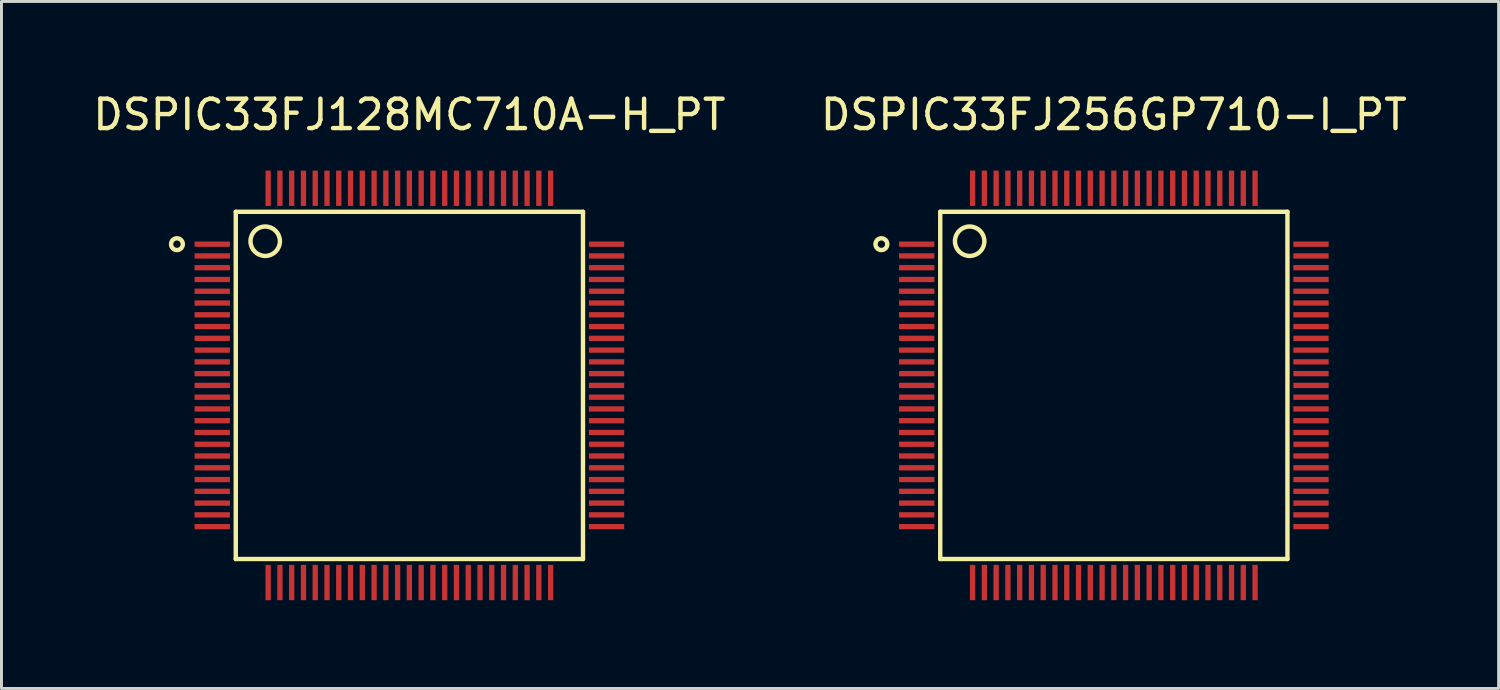
<source format=kicad_pcb>
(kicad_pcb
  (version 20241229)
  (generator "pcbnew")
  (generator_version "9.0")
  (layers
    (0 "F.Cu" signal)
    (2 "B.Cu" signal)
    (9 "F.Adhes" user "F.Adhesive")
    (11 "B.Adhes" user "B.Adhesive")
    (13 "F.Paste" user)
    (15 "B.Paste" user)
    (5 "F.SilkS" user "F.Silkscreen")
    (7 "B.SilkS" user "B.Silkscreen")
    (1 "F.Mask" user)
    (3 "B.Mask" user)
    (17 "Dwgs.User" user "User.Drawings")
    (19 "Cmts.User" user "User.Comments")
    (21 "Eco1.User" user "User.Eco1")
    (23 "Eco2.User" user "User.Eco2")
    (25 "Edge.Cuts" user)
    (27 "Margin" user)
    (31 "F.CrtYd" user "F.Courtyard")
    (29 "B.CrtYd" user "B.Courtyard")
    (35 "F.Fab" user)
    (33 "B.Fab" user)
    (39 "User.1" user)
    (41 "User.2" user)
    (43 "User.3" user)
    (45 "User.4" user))
  (footprint "DSPIC33FJ128MC710A-H_PT"
    (layer "F.Cu")
    (at 4.163 3.348)
    (property "Reference" "DSPIC33FJ128MC710A-H_PT" (at 6.7 -2.5 0) (layer "F.SilkS") (effects (font (size 1 1) (thickness 0.15))))
    (attr through_hole)
    (fp_line (start 0.8 0.8) (end 0.8 12.6) (stroke (width 0.15) (type solid)) (layer "F.SilkS"))
    (fp_line (start 0.8 0.8) (end 12.6 0.8) (stroke (width 0.15) (type solid)) (layer "F.SilkS"))
    (fp_line (start 0.8 12.6) (end 12.6 12.6) (stroke (width 0.15) (type solid)) (layer "F.SilkS"))
    (fp_line (start 12.6 12.6) (end 12.6 0.8) (stroke (width 0.15) (type solid)) (layer "F.SilkS"))
    (fp_circle (center -1.2 1.9) (end -1.2 1.7) (stroke (width 0.15) (type solid)) (fill no) (layer "F.SilkS"))
    (fp_circle (center 1.8 1.8) (end 1.8 1.3) (stroke (width 0.15) (type solid)) (fill no) (layer "F.SilkS"))
    (pad "1" smd rect (at 0 1.9) (size 1.2 0.18) (layers "F.Cu" "F.Mask" "F.Paste"))
    (pad "2" smd rect (at 0 2.3) (size 1.2 0.18) (layers "F.Cu" "F.Mask" "F.Paste"))
    (pad "3" smd rect (at 0 2.7) (size 1.2 0.18) (layers "F.Cu" "F.Mask" "F.Paste"))
    (pad "4" smd rect (at 0 3.1) (size 1.2 0.18) (layers "F.Cu" "F.Mask" "F.Paste"))
    (pad "5" smd rect (at 0 3.5) (size 1.2 0.18) (layers "F.Cu" "F.Mask" "F.Paste"))
    (pad "6" smd rect (at 0 3.9) (size 1.2 0.18) (layers "F.Cu" "F.Mask" "F.Paste"))
    (pad "7" smd rect (at 0 4.3) (size 1.2 0.18) (layers "F.Cu" "F.Mask" "F.Paste"))
    (pad "8" smd rect (at 0 4.7) (size 1.2 0.18) (layers "F.Cu" "F.Mask" "F.Paste"))
    (pad "9" smd rect (at 0 5.1) (size 1.2 0.18) (layers "F.Cu" "F.Mask" "F.Paste"))
    (pad "10" smd rect (at 0 5.5) (size 1.2 0.18) (layers "F.Cu" "F.Mask" "F.Paste"))
    (pad "11" smd rect (at 0 5.9) (size 1.2 0.18) (layers "F.Cu" "F.Mask" "F.Paste"))
    (pad "12" smd rect (at 0 6.3) (size 1.2 0.18) (layers "F.Cu" "F.Mask" "F.Paste"))
    (pad "13" smd rect (at 0 6.7) (size 1.2 0.18) (layers "F.Cu" "F.Mask" "F.Paste"))
    (pad "14" smd rect (at 0 7.1) (size 1.2 0.18) (layers "F.Cu" "F.Mask" "F.Paste"))
    (pad "15" smd rect (at 0 7.5) (size 1.2 0.18) (layers "F.Cu" "F.Mask" "F.Paste"))
    (pad "16" smd rect (at 0 7.9) (size 1.2 0.18) (layers "F.Cu" "F.Mask" "F.Paste"))
    (pad "17" smd rect (at 0 8.3) (size 1.2 0.18) (layers "F.Cu" "F.Mask" "F.Paste"))
    (pad "18" smd rect (at 0 8.7) (size 1.2 0.18) (layers "F.Cu" "F.Mask" "F.Paste"))
    (pad "19" smd rect (at 0 9.1) (size 1.2 0.18) (layers "F.Cu" "F.Mask" "F.Paste"))
    (pad "20" smd rect (at 0 9.5) (size 1.2 0.18) (layers "F.Cu" "F.Mask" "F.Paste"))
    (pad "21" smd rect (at 0 9.9) (size 1.2 0.18) (layers "F.Cu" "F.Mask" "F.Paste"))
    (pad "22" smd rect (at 0 10.3) (size 1.2 0.18) (layers "F.Cu" "F.Mask" "F.Paste"))
    (pad "23" smd rect (at 0 10.7) (size 1.2 0.18) (layers "F.Cu" "F.Mask" "F.Paste"))
    (pad "24" smd rect (at 0 11.1) (size 1.2 0.18) (layers "F.Cu" "F.Mask" "F.Paste"))
    (pad "25" smd rect (at 0 11.5) (size 1.2 0.18) (layers "F.Cu" "F.Mask" "F.Paste"))
    (pad "26" smd rect (at 1.9 13.4) (size 0.18 1.2) (layers "F.Cu" "F.Mask" "F.Paste"))
    (pad "27" smd rect (at 2.3 13.4) (size 0.18 1.2) (layers "F.Cu" "F.Mask" "F.Paste"))
    (pad "28" smd rect (at 2.7 13.4) (size 0.18 1.2) (layers "F.Cu" "F.Mask" "F.Paste"))
    (pad "29" smd rect (at 3.1 13.4) (size 0.18 1.2) (layers "F.Cu" "F.Mask" "F.Paste"))
    (pad "30" smd rect (at 3.5 13.4) (size 0.18 1.2) (layers "F.Cu" "F.Mask" "F.Paste"))
    (pad "31" smd rect (at 3.9 13.4) (size 0.18 1.2) (layers "F.Cu" "F.Mask" "F.Paste"))
    (pad "32" smd rect (at 4.3 13.4) (size 0.18 1.2) (layers "F.Cu" "F.Mask" "F.Paste"))
    (pad "33" smd rect (at 4.7 13.4) (size 0.18 1.2) (layers "F.Cu" "F.Mask" "F.Paste"))
    (pad "34" smd rect (at 5.1 13.4) (size 0.18 1.2) (layers "F.Cu" "F.Mask" "F.Paste"))
    (pad "35" smd rect (at 5.5 13.4) (size 0.18 1.2) (layers "F.Cu" "F.Mask" "F.Paste"))
    (pad "36" smd rect (at 5.9 13.4) (size 0.18 1.2) (layers "F.Cu" "F.Mask" "F.Paste"))
    (pad "37" smd rect (at 6.3 13.4) (size 0.18 1.2) (layers "F.Cu" "F.Mask" "F.Paste"))
    (pad "38" smd rect (at 6.7 13.4) (size 0.18 1.2) (layers "F.Cu" "F.Mask" "F.Paste"))
    (pad "39" smd rect (at 7.1 13.4) (size 0.18 1.2) (layers "F.Cu" "F.Mask" "F.Paste"))
    (pad "40" smd rect (at 7.5 13.4) (size 0.18 1.2) (layers "F.Cu" "F.Mask" "F.Paste"))
    (pad "41" smd rect (at 7.9 13.4) (size 0.18 1.2) (layers "F.Cu" "F.Mask" "F.Paste"))
    (pad "42" smd rect (at 8.3 13.4) (size 0.18 1.2) (layers "F.Cu" "F.Mask" "F.Paste"))
    (pad "43" smd rect (at 8.7 13.4) (size 0.18 1.2) (layers "F.Cu" "F.Mask" "F.Paste"))
    (pad "44" smd rect (at 9.1 13.4) (size 0.18 1.2) (layers "F.Cu" "F.Mask" "F.Paste"))
    (pad "45" smd rect (at 9.5 13.4) (size 0.18 1.2) (layers "F.Cu" "F.Mask" "F.Paste"))
    (pad "46" smd rect (at 9.9 13.4) (size 0.18 1.2) (layers "F.Cu" "F.Mask" "F.Paste"))
    (pad "47" smd rect (at 10.3 13.4) (size 0.18 1.2) (layers "F.Cu" "F.Mask" "F.Paste"))
    (pad "48" smd rect (at 10.7 13.4) (size 0.18 1.2) (layers "F.Cu" "F.Mask" "F.Paste"))
    (pad "49" smd rect (at 11.1 13.4) (size 0.18 1.2) (layers "F.Cu" "F.Mask" "F.Paste"))
    (pad "50" smd rect (at 11.5 13.4) (size 0.18 1.2) (layers "F.Cu" "F.Mask" "F.Paste"))
    (pad "51" smd rect (at 13.4 11.5) (size 1.2 0.18) (layers "F.Cu" "F.Mask" "F.Paste"))
    (pad "52" smd rect (at 13.4 11.1) (size 1.2 0.18) (layers "F.Cu" "F.Mask" "F.Paste"))
    (pad "53" smd rect (at 13.4 10.7) (size 1.2 0.18) (layers "F.Cu" "F.Mask" "F.Paste"))
    (pad "54" smd rect (at 13.4 10.3) (size 1.2 0.18) (layers "F.Cu" "F.Mask" "F.Paste"))
    (pad "55" smd rect (at 13.4 9.9) (size 1.2 0.18) (layers "F.Cu" "F.Mask" "F.Paste"))
    (pad "56" smd rect (at 13.4 9.5) (size 1.2 0.18) (layers "F.Cu" "F.Mask" "F.Paste"))
    (pad "57" smd rect (at 13.4 9.1) (size 1.2 0.18) (layers "F.Cu" "F.Mask" "F.Paste"))
    (pad "58" smd rect (at 13.4 8.7) (size 1.2 0.18) (layers "F.Cu" "F.Mask" "F.Paste"))
    (pad "59" smd rect (at 13.4 8.3) (size 1.2 0.18) (layers "F.Cu" "F.Mask" "F.Paste"))
    (pad "60" smd rect (at 13.4 7.9) (size 1.2 0.18) (layers "F.Cu" "F.Mask" "F.Paste"))
    (pad "61" smd rect (at 13.4 7.5) (size 1.2 0.18) (layers "F.Cu" "F.Mask" "F.Paste"))
    (pad "62" smd rect (at 13.4 7.1) (size 1.2 0.18) (layers "F.Cu" "F.Mask" "F.Paste"))
    (pad "63" smd rect (at 13.4 6.7) (size 1.2 0.18) (layers "F.Cu" "F.Mask" "F.Paste"))
    (pad "64" smd rect (at 13.4 6.3) (size 1.2 0.18) (layers "F.Cu" "F.Mask" "F.Paste"))
    (pad "65" smd rect (at 13.4 5.9) (size 1.2 0.18) (layers "F.Cu" "F.Mask" "F.Paste"))
    (pad "66" smd rect (at 13.4 5.5) (size 1.2 0.18) (layers "F.Cu" "F.Mask" "F.Paste"))
    (pad "67" smd rect (at 13.4 5.1) (size 1.2 0.18) (layers "F.Cu" "F.Mask" "F.Paste"))
    (pad "68" smd rect (at 13.4 4.7) (size 1.2 0.18) (layers "F.Cu" "F.Mask" "F.Paste"))
    (pad "69" smd rect (at 13.4 4.3) (size 1.2 0.18) (layers "F.Cu" "F.Mask" "F.Paste"))
    (pad "70" smd rect (at 13.4 3.9) (size 1.2 0.18) (layers "F.Cu" "F.Mask" "F.Paste"))
    (pad "71" smd rect (at 13.4 3.5) (size 1.2 0.18) (layers "F.Cu" "F.Mask" "F.Paste"))
    (pad "72" smd rect (at 13.4 3.1) (size 1.2 0.18) (layers "F.Cu" "F.Mask" "F.Paste"))
    (pad "73" smd rect (at 13.4 2.7) (size 1.2 0.18) (layers "F.Cu" "F.Mask" "F.Paste"))
    (pad "74" smd rect (at 13.4 2.3) (size 1.2 0.18) (layers "F.Cu" "F.Mask" "F.Paste"))
    (pad "75" smd rect (at 13.4 1.9) (size 1.2 0.18) (layers "F.Cu" "F.Mask" "F.Paste"))
    (pad "76" smd rect (at 11.5 0) (size 0.18 1.2) (layers "F.Cu" "F.Mask" "F.Paste"))
    (pad "77" smd rect (at 11.1 0) (size 0.18 1.2) (layers "F.Cu" "F.Mask" "F.Paste"))
    (pad "78" smd rect (at 10.7 0) (size 0.18 1.2) (layers "F.Cu" "F.Mask" "F.Paste"))
    (pad "79" smd rect (at 10.3 0) (size 0.18 1.2) (layers "F.Cu" "F.Mask" "F.Paste"))
    (pad "80" smd rect (at 9.9 0) (size 0.18 1.2) (layers "F.Cu" "F.Mask" "F.Paste"))
    (pad "81" smd rect (at 9.5 0) (size 0.18 1.2) (layers "F.Cu" "F.Mask" "F.Paste"))
    (pad "82" smd rect (at 9.1 0) (size 0.18 1.2) (layers "F.Cu" "F.Mask" "F.Paste"))
    (pad "83" smd rect (at 8.7 0) (size 0.18 1.2) (layers "F.Cu" "F.Mask" "F.Paste"))
    (pad "84" smd rect (at 8.3 0) (size 0.18 1.2) (layers "F.Cu" "F.Mask" "F.Paste"))
    (pad "85" smd rect (at 7.9 0) (size 0.18 1.2) (layers "F.Cu" "F.Mask" "F.Paste"))
    (pad "86" smd rect (at 7.5 0) (size 0.18 1.2) (layers "F.Cu" "F.Mask" "F.Paste"))
    (pad "87" smd rect (at 7.1 0) (size 0.18 1.2) (layers "F.Cu" "F.Mask" "F.Paste"))
    (pad "88" smd rect (at 6.7 0) (size 0.18 1.2) (layers "F.Cu" "F.Mask" "F.Paste"))
    (pad "89" smd rect (at 6.3 0) (size 0.18 1.2) (layers "F.Cu" "F.Mask" "F.Paste"))
    (pad "90" smd rect (at 5.9 0) (size 0.18 1.2) (layers "F.Cu" "F.Mask" "F.Paste"))
    (pad "91" smd rect (at 5.5 0) (size 0.18 1.2) (layers "F.Cu" "F.Mask" "F.Paste"))
    (pad "92" smd rect (at 5.1 0) (size 0.18 1.2) (layers "F.Cu" "F.Mask" "F.Paste"))
    (pad "93" smd rect (at 4.7 0) (size 0.18 1.2) (layers "F.Cu" "F.Mask" "F.Paste"))
    (pad "94" smd rect (at 4.3 0) (size 0.18 1.2) (layers "F.Cu" "F.Mask" "F.Paste"))
    (pad "95" smd rect (at 3.9 0) (size 0.18 1.2) (layers "F.Cu" "F.Mask" "F.Paste"))
    (pad "96" smd rect (at 3.5 0) (size 0.18 1.2) (layers "F.Cu" "F.Mask" "F.Paste"))
    (pad "97" smd rect (at 3.1 0) (size 0.18 1.2) (layers "F.Cu" "F.Mask" "F.Paste"))
    (pad "98" smd rect (at 2.7 0) (size 0.18 1.2) (layers "F.Cu" "F.Mask" "F.Paste"))
    (pad "99" smd rect (at 2.3 0) (size 0.18 1.2) (layers "F.Cu" "F.Mask" "F.Paste"))
    (pad "100" smd rect (at 1.9 0) (size 0.18 1.2) (layers "F.Cu" "F.Mask" "F.Paste")))
  (footprint "DSPIC33FJ256GP710-I_PT"
    (layer "F.Cu")
    (at 28.104 3.348)
    (property "Reference" "DSPIC33FJ256GP710-I_PT" (at 6.7 -2.5 0) (layer "F.SilkS") (effects (font (size 1 1) (thickness 0.15))))
    (attr through_hole)
    (fp_line (start 0.8 0.8) (end 0.8 12.6) (stroke (width 0.15) (type solid)) (layer "F.SilkS"))
    (fp_line (start 0.8 0.8) (end 12.6 0.8) (stroke (width 0.15) (type solid)) (layer "F.SilkS"))
    (fp_line (start 0.8 12.6) (end 12.6 12.6) (stroke (width 0.15) (type solid)) (layer "F.SilkS"))
    (fp_line (start 12.6 12.6) (end 12.6 0.8) (stroke (width 0.15) (type solid)) (layer "F.SilkS"))
    (fp_circle (center -1.2 1.9) (end -1.2 1.7) (stroke (width 0.15) (type solid)) (fill no) (layer "F.SilkS"))
    (fp_circle (center 1.8 1.8) (end 1.8 1.3) (stroke (width 0.15) (type solid)) (fill no) (layer "F.SilkS"))
    (pad "1" smd rect (at 0 1.9) (size 1.2 0.18) (layers "F.Cu" "F.Mask" "F.Paste"))
    (pad "2" smd rect (at 0 2.3) (size 1.2 0.18) (layers "F.Cu" "F.Mask" "F.Paste"))
    (pad "3" smd rect (at 0 2.7) (size 1.2 0.18) (layers "F.Cu" "F.Mask" "F.Paste"))
    (pad "4" smd rect (at 0 3.1) (size 1.2 0.18) (layers "F.Cu" "F.Mask" "F.Paste"))
    (pad "5" smd rect (at 0 3.5) (size 1.2 0.18) (layers "F.Cu" "F.Mask" "F.Paste"))
    (pad "6" smd rect (at 0 3.9) (size 1.2 0.18) (layers "F.Cu" "F.Mask" "F.Paste"))
    (pad "7" smd rect (at 0 4.3) (size 1.2 0.18) (layers "F.Cu" "F.Mask" "F.Paste"))
    (pad "8" smd rect (at 0 4.7) (size 1.2 0.18) (layers "F.Cu" "F.Mask" "F.Paste"))
    (pad "9" smd rect (at 0 5.1) (size 1.2 0.18) (layers "F.Cu" "F.Mask" "F.Paste"))
    (pad "10" smd rect (at 0 5.5) (size 1.2 0.18) (layers "F.Cu" "F.Mask" "F.Paste"))
    (pad "11" smd rect (at 0 5.9) (size 1.2 0.18) (layers "F.Cu" "F.Mask" "F.Paste"))
    (pad "12" smd rect (at 0 6.3) (size 1.2 0.18) (layers "F.Cu" "F.Mask" "F.Paste"))
    (pad "13" smd rect (at 0 6.7) (size 1.2 0.18) (layers "F.Cu" "F.Mask" "F.Paste"))
    (pad "14" smd rect (at 0 7.1) (size 1.2 0.18) (layers "F.Cu" "F.Mask" "F.Paste"))
    (pad "15" smd rect (at 0 7.5) (size 1.2 0.18) (layers "F.Cu" "F.Mask" "F.Paste"))
    (pad "16" smd rect (at 0 7.9) (size 1.2 0.18) (layers "F.Cu" "F.Mask" "F.Paste"))
    (pad "17" smd rect (at 0 8.3) (size 1.2 0.18) (layers "F.Cu" "F.Mask" "F.Paste"))
    (pad "18" smd rect (at 0 8.7) (size 1.2 0.18) (layers "F.Cu" "F.Mask" "F.Paste"))
    (pad "19" smd rect (at 0 9.1) (size 1.2 0.18) (layers "F.Cu" "F.Mask" "F.Paste"))
    (pad "20" smd rect (at 0 9.5) (size 1.2 0.18) (layers "F.Cu" "F.Mask" "F.Paste"))
    (pad "21" smd rect (at 0 9.9) (size 1.2 0.18) (layers "F.Cu" "F.Mask" "F.Paste"))
    (pad "22" smd rect (at 0 10.3) (size 1.2 0.18) (layers "F.Cu" "F.Mask" "F.Paste"))
    (pad "23" smd rect (at 0 10.7) (size 1.2 0.18) (layers "F.Cu" "F.Mask" "F.Paste"))
    (pad "24" smd rect (at 0 11.1) (size 1.2 0.18) (layers "F.Cu" "F.Mask" "F.Paste"))
    (pad "25" smd rect (at 0 11.5) (size 1.2 0.18) (layers "F.Cu" "F.Mask" "F.Paste"))
    (pad "26" smd rect (at 1.9 13.4) (size 0.18 1.2) (layers "F.Cu" "F.Mask" "F.Paste"))
    (pad "27" smd rect (at 2.3 13.4) (size 0.18 1.2) (layers "F.Cu" "F.Mask" "F.Paste"))
    (pad "28" smd rect (at 2.7 13.4) (size 0.18 1.2) (layers "F.Cu" "F.Mask" "F.Paste"))
    (pad "29" smd rect (at 3.1 13.4) (size 0.18 1.2) (layers "F.Cu" "F.Mask" "F.Paste"))
    (pad "30" smd rect (at 3.5 13.4) (size 0.18 1.2) (layers "F.Cu" "F.Mask" "F.Paste"))
    (pad "31" smd rect (at 3.9 13.4) (size 0.18 1.2) (layers "F.Cu" "F.Mask" "F.Paste"))
    (pad "32" smd rect (at 4.3 13.4) (size 0.18 1.2) (layers "F.Cu" "F.Mask" "F.Paste"))
    (pad "33" smd rect (at 4.7 13.4) (size 0.18 1.2) (layers "F.Cu" "F.Mask" "F.Paste"))
    (pad "34" smd rect (at 5.1 13.4) (size 0.18 1.2) (layers "F.Cu" "F.Mask" "F.Paste"))
    (pad "35" smd rect (at 5.5 13.4) (size 0.18 1.2) (layers "F.Cu" "F.Mask" "F.Paste"))
    (pad "36" smd rect (at 5.9 13.4) (size 0.18 1.2) (layers "F.Cu" "F.Mask" "F.Paste"))
    (pad "37" smd rect (at 6.3 13.4) (size 0.18 1.2) (layers "F.Cu" "F.Mask" "F.Paste"))
    (pad "38" smd rect (at 6.7 13.4) (size 0.18 1.2) (layers "F.Cu" "F.Mask" "F.Paste"))
    (pad "39" smd rect (at 7.1 13.4) (size 0.18 1.2) (layers "F.Cu" "F.Mask" "F.Paste"))
    (pad "40" smd rect (at 7.5 13.4) (size 0.18 1.2) (layers "F.Cu" "F.Mask" "F.Paste"))
    (pad "41" smd rect (at 7.9 13.4) (size 0.18 1.2) (layers "F.Cu" "F.Mask" "F.Paste"))
    (pad "42" smd rect (at 8.3 13.4) (size 0.18 1.2) (layers "F.Cu" "F.Mask" "F.Paste"))
    (pad "43" smd rect (at 8.7 13.4) (size 0.18 1.2) (layers "F.Cu" "F.Mask" "F.Paste"))
    (pad "44" smd rect (at 9.1 13.4) (size 0.18 1.2) (layers "F.Cu" "F.Mask" "F.Paste"))
    (pad "45" smd rect (at 9.5 13.4) (size 0.18 1.2) (layers "F.Cu" "F.Mask" "F.Paste"))
    (pad "46" smd rect (at 9.9 13.4) (size 0.18 1.2) (layers "F.Cu" "F.Mask" "F.Paste"))
    (pad "47" smd rect (at 10.3 13.4) (size 0.18 1.2) (layers "F.Cu" "F.Mask" "F.Paste"))
    (pad "48" smd rect (at 10.7 13.4) (size 0.18 1.2) (layers "F.Cu" "F.Mask" "F.Paste"))
    (pad "49" smd rect (at 11.1 13.4) (size 0.18 1.2) (layers "F.Cu" "F.Mask" "F.Paste"))
    (pad "50" smd rect (at 11.5 13.4) (size 0.18 1.2) (layers "F.Cu" "F.Mask" "F.Paste"))
    (pad "51" smd rect (at 13.4 11.5) (size 1.2 0.18) (layers "F.Cu" "F.Mask" "F.Paste"))
    (pad "52" smd rect (at 13.4 11.1) (size 1.2 0.18) (layers "F.Cu" "F.Mask" "F.Paste"))
    (pad "53" smd rect (at 13.4 10.7) (size 1.2 0.18) (layers "F.Cu" "F.Mask" "F.Paste"))
    (pad "54" smd rect (at 13.4 10.3) (size 1.2 0.18) (layers "F.Cu" "F.Mask" "F.Paste"))
    (pad "55" smd rect (at 13.4 9.9) (size 1.2 0.18) (layers "F.Cu" "F.Mask" "F.Paste"))
    (pad "56" smd rect (at 13.4 9.5) (size 1.2 0.18) (layers "F.Cu" "F.Mask" "F.Paste"))
    (pad "57" smd rect (at 13.4 9.1) (size 1.2 0.18) (layers "F.Cu" "F.Mask" "F.Paste"))
    (pad "58" smd rect (at 13.4 8.7) (size 1.2 0.18) (layers "F.Cu" "F.Mask" "F.Paste"))
    (pad "59" smd rect (at 13.4 8.3) (size 1.2 0.18) (layers "F.Cu" "F.Mask" "F.Paste"))
    (pad "60" smd rect (at 13.4 7.9) (size 1.2 0.18) (layers "F.Cu" "F.Mask" "F.Paste"))
    (pad "61" smd rect (at 13.4 7.5) (size 1.2 0.18) (layers "F.Cu" "F.Mask" "F.Paste"))
    (pad "62" smd rect (at 13.4 7.1) (size 1.2 0.18) (layers "F.Cu" "F.Mask" "F.Paste"))
    (pad "63" smd rect (at 13.4 6.7) (size 1.2 0.18) (layers "F.Cu" "F.Mask" "F.Paste"))
    (pad "64" smd rect (at 13.4 6.3) (size 1.2 0.18) (layers "F.Cu" "F.Mask" "F.Paste"))
    (pad "65" smd rect (at 13.4 5.9) (size 1.2 0.18) (layers "F.Cu" "F.Mask" "F.Paste"))
    (pad "66" smd rect (at 13.4 5.5) (size 1.2 0.18) (layers "F.Cu" "F.Mask" "F.Paste"))
    (pad "67" smd rect (at 13.4 5.1) (size 1.2 0.18) (layers "F.Cu" "F.Mask" "F.Paste"))
    (pad "68" smd rect (at 13.4 4.7) (size 1.2 0.18) (layers "F.Cu" "F.Mask" "F.Paste"))
    (pad "69" smd rect (at 13.4 4.3) (size 1.2 0.18) (layers "F.Cu" "F.Mask" "F.Paste"))
    (pad "70" smd rect (at 13.4 3.9) (size 1.2 0.18) (layers "F.Cu" "F.Mask" "F.Paste"))
    (pad "71" smd rect (at 13.4 3.5) (size 1.2 0.18) (layers "F.Cu" "F.Mask" "F.Paste"))
    (pad "72" smd rect (at 13.4 3.1) (size 1.2 0.18) (layers "F.Cu" "F.Mask" "F.Paste"))
    (pad "73" smd rect (at 13.4 2.7) (size 1.2 0.18) (layers "F.Cu" "F.Mask" "F.Paste"))
    (pad "74" smd rect (at 13.4 2.3) (size 1.2 0.18) (layers "F.Cu" "F.Mask" "F.Paste"))
    (pad "75" smd rect (at 13.4 1.9) (size 1.2 0.18) (layers "F.Cu" "F.Mask" "F.Paste"))
    (pad "76" smd rect (at 11.5 0) (size 0.18 1.2) (layers "F.Cu" "F.Mask" "F.Paste"))
    (pad "77" smd rect (at 11.1 0) (size 0.18 1.2) (layers "F.Cu" "F.Mask" "F.Paste"))
    (pad "78" smd rect (at 10.7 0) (size 0.18 1.2) (layers "F.Cu" "F.Mask" "F.Paste"))
    (pad "79" smd rect (at 10.3 0) (size 0.18 1.2) (layers "F.Cu" "F.Mask" "F.Paste"))
    (pad "80" smd rect (at 9.9 0) (size 0.18 1.2) (layers "F.Cu" "F.Mask" "F.Paste"))
    (pad "81" smd rect (at 9.5 0) (size 0.18 1.2) (layers "F.Cu" "F.Mask" "F.Paste"))
    (pad "82" smd rect (at 9.1 0) (size 0.18 1.2) (layers "F.Cu" "F.Mask" "F.Paste"))
    (pad "83" smd rect (at 8.7 0) (size 0.18 1.2) (layers "F.Cu" "F.Mask" "F.Paste"))
    (pad "84" smd rect (at 8.3 0) (size 0.18 1.2) (layers "F.Cu" "F.Mask" "F.Paste"))
    (pad "85" smd rect (at 7.9 0) (size 0.18 1.2) (layers "F.Cu" "F.Mask" "F.Paste"))
    (pad "86" smd rect (at 7.5 0) (size 0.18 1.2) (layers "F.Cu" "F.Mask" "F.Paste"))
    (pad "87" smd rect (at 7.1 0) (size 0.18 1.2) (layers "F.Cu" "F.Mask" "F.Paste"))
    (pad "88" smd rect (at 6.7 0) (size 0.18 1.2) (layers "F.Cu" "F.Mask" "F.Paste"))
    (pad "89" smd rect (at 6.3 0) (size 0.18 1.2) (layers "F.Cu" "F.Mask" "F.Paste"))
    (pad "90" smd rect (at 5.9 0) (size 0.18 1.2) (layers "F.Cu" "F.Mask" "F.Paste"))
    (pad "91" smd rect (at 5.5 0) (size 0.18 1.2) (layers "F.Cu" "F.Mask" "F.Paste"))
    (pad "92" smd rect (at 5.1 0) (size 0.18 1.2) (layers "F.Cu" "F.Mask" "F.Paste"))
    (pad "93" smd rect (at 4.7 0) (size 0.18 1.2) (layers "F.Cu" "F.Mask" "F.Paste"))
    (pad "94" smd rect (at 4.3 0) (size 0.18 1.2) (layers "F.Cu" "F.Mask" "F.Paste"))
    (pad "95" smd rect (at 3.9 0) (size 0.18 1.2) (layers "F.Cu" "F.Mask" "F.Paste"))
    (pad "96" smd rect (at 3.5 0) (size 0.18 1.2) (layers "F.Cu" "F.Mask" "F.Paste"))
    (pad "97" smd rect (at 3.1 0) (size 0.18 1.2) (layers "F.Cu" "F.Mask" "F.Paste"))
    (pad "98" smd rect (at 2.7 0) (size 0.18 1.2) (layers "F.Cu" "F.Mask" "F.Paste"))
    (pad "99" smd rect (at 2.3 0) (size 0.18 1.2) (layers "F.Cu" "F.Mask" "F.Paste"))
    (pad "100" smd rect (at 1.9 0) (size 0.18 1.2) (layers "F.Cu" "F.Mask" "F.Paste")))
  (gr_rect
    (start -3 -3)
    (end 47.881 20.348)
    (stroke (width 0.1) (type default))
    (fill no)
    (layer "Edge.Cuts")))
</source>
